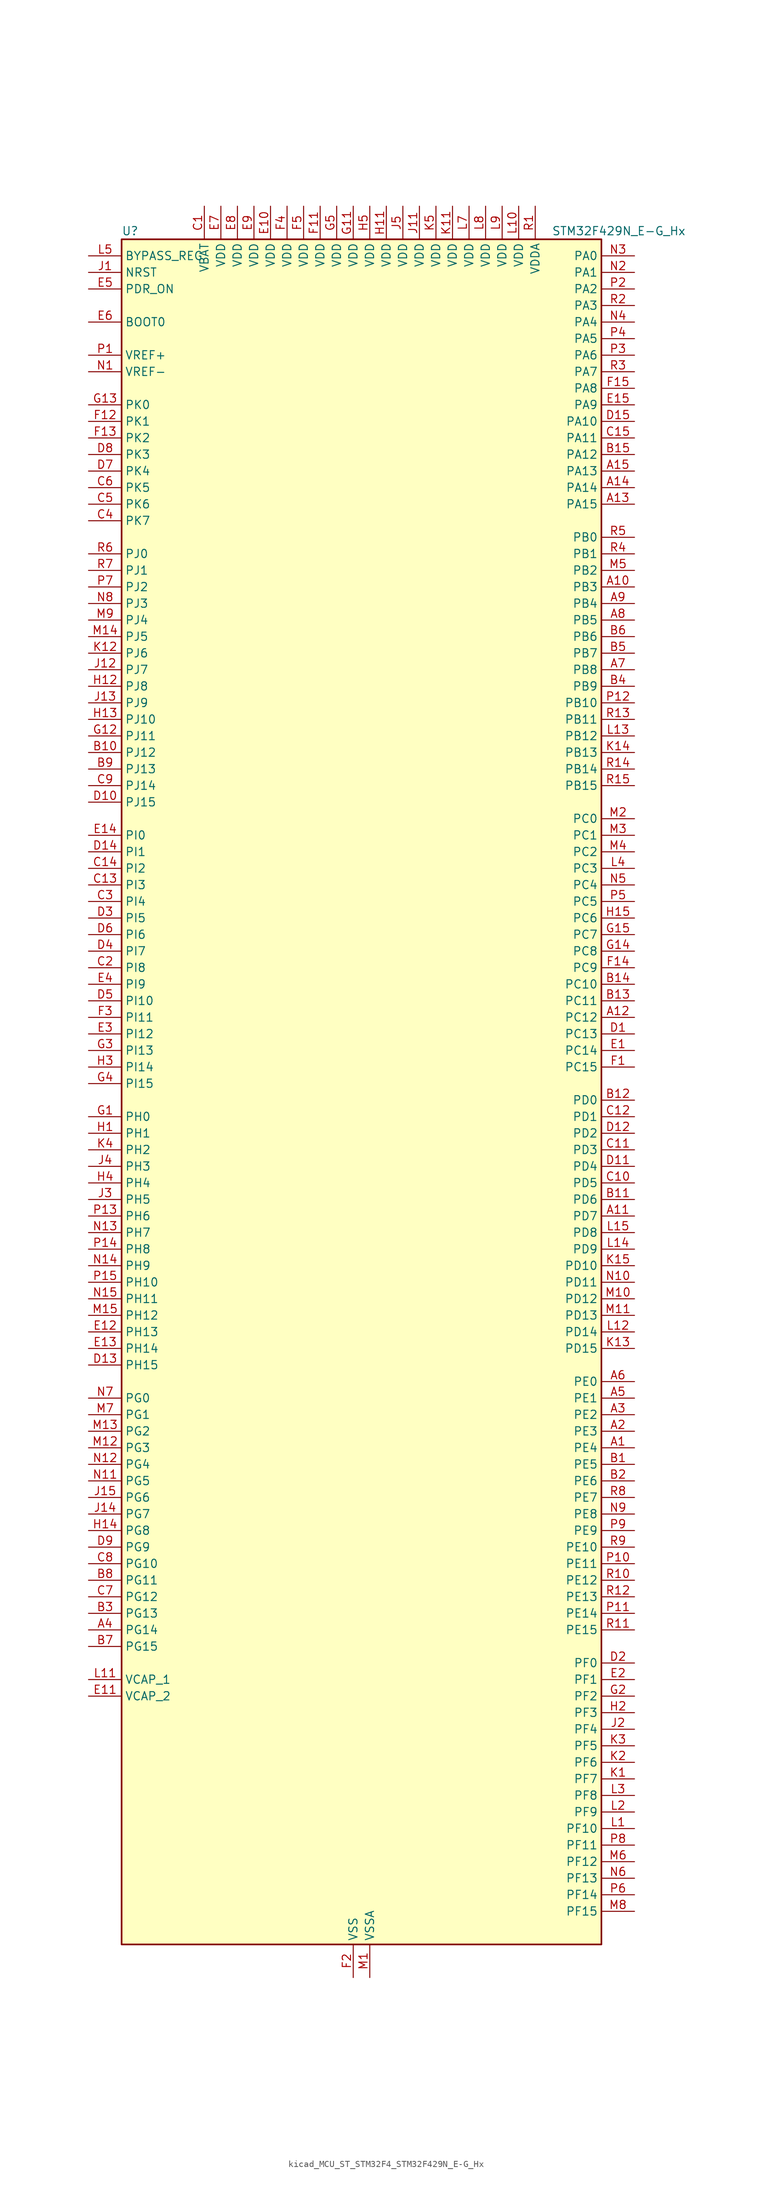
<source format=kicad_sym>
(kicad_symbol_lib
  (version 20220914)
  (generator kicad_symbol_editor)
  (symbol "kicad_MCU_ST_STM32F4_STM32F429N_E-G_Hx"
    (property "Reference" "U"
      (at -35.56 133.35 0)
      (effects (font (size 1.27 1.27)) (justify left)))
    (property "Value" "STM32F429N_E-G_Hx"
      (at 30.48 133.35 0)
      (effects (font (size 1.27 1.27)) (justify left)))
    (property "ki_locked" ""
      (at 0 0 0)
      (effects (font (size 1.27 1.27))))
    (symbol "kicad_MCU_ST_STM32F4_STM32F429N_E-G_Hx_0_1"
      (rectangle (start -35.56 -129.54) (end 38.1 132.08) (stroke (width 0.254) (type default)) (fill (type background))))
    (symbol "kicad_MCU_ST_STM32F4_STM32F429N_E-G_Hx_1_1"
      (pin bidirectional line (at 43.18 -53.34 180) (length 5.08) (name "PE4" (effects (font (size 1.27 1.27)))) (number "A1" (effects (font (size 1.27 1.27)))) (alternate "DCMI_D4" bidirectional line) (alternate "FMC_A20" bidirectional line) (alternate "LTDC_B0" bidirectional line) (alternate "SAI1_FS_A" bidirectional line) (alternate "SPI4_NSS" bidirectional line) (alternate "SYS_TRACED1" bidirectional line))
      (pin bidirectional line (at 43.18 78.74 180) (length 5.08) (name "PB3" (effects (font (size 1.27 1.27)))) (number "A10" (effects (font (size 1.27 1.27)))) (alternate "I2S3_CK" bidirectional line) (alternate "SPI1_SCK" bidirectional line) (alternate "SPI3_SCK" bidirectional line) (alternate "SYS_JTDO-SWO" bidirectional line) (alternate "TIM2_CH2" bidirectional line))
      (pin bidirectional line (at 43.18 -17.78 180) (length 5.08) (name "PD7" (effects (font (size 1.27 1.27)))) (number "A11" (effects (font (size 1.27 1.27)))) (alternate "FMC_NCE2" bidirectional line) (alternate "FMC_NE1" bidirectional line) (alternate "USART2_CK" bidirectional line))
      (pin bidirectional line (at 43.18 12.7 180) (length 5.08) (name "PC12" (effects (font (size 1.27 1.27)))) (number "A12" (effects (font (size 1.27 1.27)))) (alternate "DCMI_D9" bidirectional line) (alternate "I2S3_SD" bidirectional line) (alternate "SDIO_CK" bidirectional line) (alternate "SPI3_MOSI" bidirectional line) (alternate "UART5_TX" bidirectional line) (alternate "USART3_CK" bidirectional line))
      (pin bidirectional line (at 43.18 91.44 180) (length 5.08) (name "PA15" (effects (font (size 1.27 1.27)))) (number "A13" (effects (font (size 1.27 1.27)))) (alternate "ADC1_EXTI15" bidirectional line) (alternate "ADC2_EXTI15" bidirectional line) (alternate "ADC3_EXTI15" bidirectional line) (alternate "I2S3_WS" bidirectional line) (alternate "SPI1_NSS" bidirectional line) (alternate "SPI3_NSS" bidirectional line) (alternate "SYS_JTDI" bidirectional line) (alternate "TIM2_CH1" bidirectional line) (alternate "TIM2_ETR" bidirectional line))
      (pin bidirectional line (at 43.18 93.98 180) (length 5.08) (name "PA14" (effects (font (size 1.27 1.27)))) (number "A14" (effects (font (size 1.27 1.27)))) (alternate "SYS_JTCK-SWCLK" bidirectional line))
      (pin bidirectional line (at 43.18 96.52 180) (length 5.08) (name "PA13" (effects (font (size 1.27 1.27)))) (number "A15" (effects (font (size 1.27 1.27)))) (alternate "SYS_JTMS-SWDIO" bidirectional line))
      (pin bidirectional line (at 43.18 -50.8 180) (length 5.08) (name "PE3" (effects (font (size 1.27 1.27)))) (number "A2" (effects (font (size 1.27 1.27)))) (alternate "FMC_A19" bidirectional line) (alternate "SAI1_SD_B" bidirectional line) (alternate "SYS_TRACED0" bidirectional line))
      (pin bidirectional line (at 43.18 -48.26 180) (length 5.08) (name "PE2" (effects (font (size 1.27 1.27)))) (number "A3" (effects (font (size 1.27 1.27)))) (alternate "ETH_TXD3" bidirectional line) (alternate "FMC_A23" bidirectional line) (alternate "SAI1_MCLK_A" bidirectional line) (alternate "SPI4_SCK" bidirectional line) (alternate "SYS_TRACECLK" bidirectional line))
      (pin bidirectional line (at -40.64 -81.28 0) (length 5.08) (name "PG14" (effects (font (size 1.27 1.27)))) (number "A4" (effects (font (size 1.27 1.27)))) (alternate "ETH_TXD1" bidirectional line) (alternate "FMC_A25" bidirectional line) (alternate "SPI6_MOSI" bidirectional line) (alternate "USART6_TX" bidirectional line))
      (pin bidirectional line (at 43.18 -45.72 180) (length 5.08) (name "PE1" (effects (font (size 1.27 1.27)))) (number "A5" (effects (font (size 1.27 1.27)))) (alternate "DCMI_D3" bidirectional line) (alternate "FMC_NBL1" bidirectional line) (alternate "UART8_TX" bidirectional line))
      (pin bidirectional line (at 43.18 -43.18 180) (length 5.08) (name "PE0" (effects (font (size 1.27 1.27)))) (number "A6" (effects (font (size 1.27 1.27)))) (alternate "DCMI_D2" bidirectional line) (alternate "FMC_NBL0" bidirectional line) (alternate "TIM4_ETR" bidirectional line) (alternate "UART8_RX" bidirectional line))
      (pin bidirectional line (at 43.18 66.04 180) (length 5.08) (name "PB8" (effects (font (size 1.27 1.27)))) (number "A7" (effects (font (size 1.27 1.27)))) (alternate "CAN1_RX" bidirectional line) (alternate "DCMI_D6" bidirectional line) (alternate "ETH_TXD3" bidirectional line) (alternate "I2C1_SCL" bidirectional line) (alternate "LTDC_B6" bidirectional line) (alternate "SDIO_D4" bidirectional line) (alternate "TIM10_CH1" bidirectional line) (alternate "TIM4_CH3" bidirectional line))
      (pin bidirectional line (at 43.18 73.66 180) (length 5.08) (name "PB5" (effects (font (size 1.27 1.27)))) (number "A8" (effects (font (size 1.27 1.27)))) (alternate "CAN2_RX" bidirectional line) (alternate "DCMI_D10" bidirectional line) (alternate "ETH_PPS_OUT" bidirectional line) (alternate "FMC_SDCKE1" bidirectional line) (alternate "I2C1_SMBA" bidirectional line) (alternate "I2S3_SD" bidirectional line) (alternate "SPI1_MOSI" bidirectional line) (alternate "SPI3_MOSI" bidirectional line) (alternate "TIM3_CH2" bidirectional line) (alternate "USB_OTG_HS_ULPI_D7" bidirectional line))
      (pin bidirectional line (at 43.18 76.2 180) (length 5.08) (name "PB4" (effects (font (size 1.27 1.27)))) (number "A9" (effects (font (size 1.27 1.27)))) (alternate "I2S3_ext_SD" bidirectional line) (alternate "SPI1_MISO" bidirectional line) (alternate "SPI3_MISO" bidirectional line) (alternate "SYS_JTRST" bidirectional line) (alternate "TIM3_CH1" bidirectional line))
      (pin bidirectional line (at 43.18 -55.88 180) (length 5.08) (name "PE5" (effects (font (size 1.27 1.27)))) (number "B1" (effects (font (size 1.27 1.27)))) (alternate "DCMI_D6" bidirectional line) (alternate "FMC_A21" bidirectional line) (alternate "LTDC_G0" bidirectional line) (alternate "SAI1_SCK_A" bidirectional line) (alternate "SPI4_MISO" bidirectional line) (alternate "SYS_TRACED2" bidirectional line) (alternate "TIM9_CH1" bidirectional line))
      (pin bidirectional line (at -40.64 53.34 0) (length 5.08) (name "PJ12" (effects (font (size 1.27 1.27)))) (number "B10" (effects (font (size 1.27 1.27)))) (alternate "LTDC_B0" bidirectional line))
      (pin bidirectional line (at 43.18 -15.24 180) (length 5.08) (name "PD6" (effects (font (size 1.27 1.27)))) (number "B11" (effects (font (size 1.27 1.27)))) (alternate "DCMI_D10" bidirectional line) (alternate "FMC_NWAIT" bidirectional line) (alternate "I2S3_SD" bidirectional line) (alternate "LTDC_B2" bidirectional line) (alternate "SAI1_SD_A" bidirectional line) (alternate "SPI3_MOSI" bidirectional line) (alternate "USART2_RX" bidirectional line))
      (pin bidirectional line (at 43.18 0 180) (length 5.08) (name "PD0" (effects (font (size 1.27 1.27)))) (number "B12" (effects (font (size 1.27 1.27)))) (alternate "CAN1_RX" bidirectional line) (alternate "FMC_D2" bidirectional line) (alternate "FMC_DA2" bidirectional line))
      (pin bidirectional line (at 43.18 15.24 180) (length 5.08) (name "PC11" (effects (font (size 1.27 1.27)))) (number "B13" (effects (font (size 1.27 1.27)))) (alternate "ADC1_EXTI11" bidirectional line) (alternate "ADC2_EXTI11" bidirectional line) (alternate "ADC3_EXTI11" bidirectional line) (alternate "DCMI_D4" bidirectional line) (alternate "I2S3_ext_SD" bidirectional line) (alternate "SDIO_D3" bidirectional line) (alternate "SPI3_MISO" bidirectional line) (alternate "UART4_RX" bidirectional line) (alternate "USART3_RX" bidirectional line))
      (pin bidirectional line (at 43.18 17.78 180) (length 5.08) (name "PC10" (effects (font (size 1.27 1.27)))) (number "B14" (effects (font (size 1.27 1.27)))) (alternate "DCMI_D8" bidirectional line) (alternate "I2S3_CK" bidirectional line) (alternate "LTDC_R2" bidirectional line) (alternate "SDIO_D2" bidirectional line) (alternate "SPI3_SCK" bidirectional line) (alternate "UART4_TX" bidirectional line) (alternate "USART3_TX" bidirectional line))
      (pin bidirectional line (at 43.18 99.06 180) (length 5.08) (name "PA12" (effects (font (size 1.27 1.27)))) (number "B15" (effects (font (size 1.27 1.27)))) (alternate "CAN1_TX" bidirectional line) (alternate "LTDC_R5" bidirectional line) (alternate "TIM1_ETR" bidirectional line) (alternate "USART1_RTS" bidirectional line) (alternate "USB_OTG_FS_DP" bidirectional line))
      (pin bidirectional line (at 43.18 -58.42 180) (length 5.08) (name "PE6" (effects (font (size 1.27 1.27)))) (number "B2" (effects (font (size 1.27 1.27)))) (alternate "DCMI_D7" bidirectional line) (alternate "FMC_A22" bidirectional line) (alternate "LTDC_G1" bidirectional line) (alternate "SAI1_SD_A" bidirectional line) (alternate "SPI4_MOSI" bidirectional line) (alternate "SYS_TRACED3" bidirectional line) (alternate "TIM9_CH2" bidirectional line))
      (pin bidirectional line (at -40.64 -78.74 0) (length 5.08) (name "PG13" (effects (font (size 1.27 1.27)))) (number "B3" (effects (font (size 1.27 1.27)))) (alternate "ETH_TXD0" bidirectional line) (alternate "FMC_A24" bidirectional line) (alternate "SPI6_SCK" bidirectional line) (alternate "USART6_CTS" bidirectional line))
      (pin bidirectional line (at 43.18 63.5 180) (length 5.08) (name "PB9" (effects (font (size 1.27 1.27)))) (number "B4" (effects (font (size 1.27 1.27)))) (alternate "CAN1_TX" bidirectional line) (alternate "DAC_EXTI9" bidirectional line) (alternate "DCMI_D7" bidirectional line) (alternate "I2C1_SDA" bidirectional line) (alternate "I2S2_WS" bidirectional line) (alternate "LTDC_B7" bidirectional line) (alternate "SDIO_D5" bidirectional line) (alternate "SPI2_NSS" bidirectional line) (alternate "TIM11_CH1" bidirectional line) (alternate "TIM4_CH4" bidirectional line))
      (pin bidirectional line (at 43.18 68.58 180) (length 5.08) (name "PB7" (effects (font (size 1.27 1.27)))) (number "B5" (effects (font (size 1.27 1.27)))) (alternate "DCMI_VSYNC" bidirectional line) (alternate "FMC_NL" bidirectional line) (alternate "I2C1_SDA" bidirectional line) (alternate "TIM4_CH2" bidirectional line) (alternate "USART1_RX" bidirectional line))
      (pin bidirectional line (at 43.18 71.12 180) (length 5.08) (name "PB6" (effects (font (size 1.27 1.27)))) (number "B6" (effects (font (size 1.27 1.27)))) (alternate "CAN2_TX" bidirectional line) (alternate "DCMI_D5" bidirectional line) (alternate "FMC_SDNE1" bidirectional line) (alternate "I2C1_SCL" bidirectional line) (alternate "TIM4_CH1" bidirectional line) (alternate "USART1_TX" bidirectional line))
      (pin bidirectional line (at -40.64 -83.82 0) (length 5.08) (name "PG15" (effects (font (size 1.27 1.27)))) (number "B7" (effects (font (size 1.27 1.27)))) (alternate "ADC1_EXTI15" bidirectional line) (alternate "ADC2_EXTI15" bidirectional line) (alternate "ADC3_EXTI15" bidirectional line) (alternate "DCMI_D13" bidirectional line) (alternate "FMC_SDNCAS" bidirectional line) (alternate "USART6_CTS" bidirectional line))
      (pin bidirectional line (at -40.64 -73.66 0) (length 5.08) (name "PG11" (effects (font (size 1.27 1.27)))) (number "B8" (effects (font (size 1.27 1.27)))) (alternate "ADC1_EXTI11" bidirectional line) (alternate "ADC2_EXTI11" bidirectional line) (alternate "ADC3_EXTI11" bidirectional line) (alternate "DCMI_D3" bidirectional line) (alternate "ETH_TX_EN" bidirectional line) (alternate "FMC_NCE4_2" bidirectional line) (alternate "LTDC_B3" bidirectional line))
      (pin bidirectional line (at -40.64 50.8 0) (length 5.08) (name "PJ13" (effects (font (size 1.27 1.27)))) (number "B9" (effects (font (size 1.27 1.27)))) (alternate "LTDC_B1" bidirectional line))
      (pin power_in line (at -22.86 137.16 270) (length 5.08) (name "VBAT" (effects (font (size 1.27 1.27)))) (number "C1" (effects (font (size 1.27 1.27)))))
      (pin bidirectional line (at 43.18 -12.7 180) (length 5.08) (name "PD5" (effects (font (size 1.27 1.27)))) (number "C10" (effects (font (size 1.27 1.27)))) (alternate "FMC_NWE" bidirectional line) (alternate "USART2_TX" bidirectional line))
      (pin bidirectional line (at 43.18 -7.62 180) (length 5.08) (name "PD3" (effects (font (size 1.27 1.27)))) (number "C11" (effects (font (size 1.27 1.27)))) (alternate "DCMI_D5" bidirectional line) (alternate "FMC_CLK" bidirectional line) (alternate "I2S2_CK" bidirectional line) (alternate "LTDC_G7" bidirectional line) (alternate "SPI2_SCK" bidirectional line) (alternate "USART2_CTS" bidirectional line))
      (pin bidirectional line (at 43.18 -2.54 180) (length 5.08) (name "PD1" (effects (font (size 1.27 1.27)))) (number "C12" (effects (font (size 1.27 1.27)))) (alternate "CAN1_TX" bidirectional line) (alternate "FMC_D3" bidirectional line) (alternate "FMC_DA3" bidirectional line))
      (pin bidirectional line (at -40.64 33.02 0) (length 5.08) (name "PI3" (effects (font (size 1.27 1.27)))) (number "C13" (effects (font (size 1.27 1.27)))) (alternate "DCMI_D10" bidirectional line) (alternate "FMC_D27" bidirectional line) (alternate "I2S2_SD" bidirectional line) (alternate "SPI2_MOSI" bidirectional line) (alternate "TIM8_ETR" bidirectional line))
      (pin bidirectional line (at -40.64 35.56 0) (length 5.08) (name "PI2" (effects (font (size 1.27 1.27)))) (number "C14" (effects (font (size 1.27 1.27)))) (alternate "DCMI_D9" bidirectional line) (alternate "FMC_D26" bidirectional line) (alternate "I2S2_ext_SD" bidirectional line) (alternate "LTDC_G7" bidirectional line) (alternate "SPI2_MISO" bidirectional line) (alternate "TIM8_CH4" bidirectional line))
      (pin bidirectional line (at 43.18 101.6 180) (length 5.08) (name "PA11" (effects (font (size 1.27 1.27)))) (number "C15" (effects (font (size 1.27 1.27)))) (alternate "ADC1_EXTI11" bidirectional line) (alternate "ADC2_EXTI11" bidirectional line) (alternate "ADC3_EXTI11" bidirectional line) (alternate "CAN1_RX" bidirectional line) (alternate "LTDC_R4" bidirectional line) (alternate "TIM1_CH4" bidirectional line) (alternate "USART1_CTS" bidirectional line) (alternate "USB_OTG_FS_DM" bidirectional line))
      (pin bidirectional line (at -40.64 20.32 0) (length 5.08) (name "PI8" (effects (font (size 1.27 1.27)))) (number "C2" (effects (font (size 1.27 1.27)))) (alternate "RTC_AF2" bidirectional line))
      (pin bidirectional line (at -40.64 30.48 0) (length 5.08) (name "PI4" (effects (font (size 1.27 1.27)))) (number "C3" (effects (font (size 1.27 1.27)))) (alternate "DCMI_D5" bidirectional line) (alternate "FMC_NBL2" bidirectional line) (alternate "LTDC_B4" bidirectional line) (alternate "TIM8_BKIN" bidirectional line))
      (pin bidirectional line (at -40.64 88.9 0) (length 5.08) (name "PK7" (effects (font (size 1.27 1.27)))) (number "C4" (effects (font (size 1.27 1.27)))) (alternate "LTDC_DE" bidirectional line))
      (pin bidirectional line (at -40.64 91.44 0) (length 5.08) (name "PK6" (effects (font (size 1.27 1.27)))) (number "C5" (effects (font (size 1.27 1.27)))) (alternate "LTDC_B7" bidirectional line))
      (pin bidirectional line (at -40.64 93.98 0) (length 5.08) (name "PK5" (effects (font (size 1.27 1.27)))) (number "C6" (effects (font (size 1.27 1.27)))) (alternate "LTDC_B6" bidirectional line))
      (pin bidirectional line (at -40.64 -76.2 0) (length 5.08) (name "PG12" (effects (font (size 1.27 1.27)))) (number "C7" (effects (font (size 1.27 1.27)))) (alternate "FMC_NE4" bidirectional line) (alternate "LTDC_B1" bidirectional line) (alternate "LTDC_B4" bidirectional line) (alternate "SPI6_MISO" bidirectional line) (alternate "USART6_RTS" bidirectional line))
      (pin bidirectional line (at -40.64 -71.12 0) (length 5.08) (name "PG10" (effects (font (size 1.27 1.27)))) (number "C8" (effects (font (size 1.27 1.27)))) (alternate "DCMI_D2" bidirectional line) (alternate "FMC_NCE4_1" bidirectional line) (alternate "FMC_NE3" bidirectional line) (alternate "LTDC_B2" bidirectional line) (alternate "LTDC_G3" bidirectional line))
      (pin bidirectional line (at -40.64 48.26 0) (length 5.08) (name "PJ14" (effects (font (size 1.27 1.27)))) (number "C9" (effects (font (size 1.27 1.27)))) (alternate "LTDC_B2" bidirectional line))
      (pin bidirectional line (at 43.18 10.16 180) (length 5.08) (name "PC13" (effects (font (size 1.27 1.27)))) (number "D1" (effects (font (size 1.27 1.27)))) (alternate "RTC_AF1" bidirectional line))
      (pin bidirectional line (at -40.64 45.72 0) (length 5.08) (name "PJ15" (effects (font (size 1.27 1.27)))) (number "D10" (effects (font (size 1.27 1.27)))) (alternate "ADC1_EXTI15" bidirectional line) (alternate "ADC2_EXTI15" bidirectional line) (alternate "ADC3_EXTI15" bidirectional line) (alternate "LTDC_B3" bidirectional line))
      (pin bidirectional line (at 43.18 -10.16 180) (length 5.08) (name "PD4" (effects (font (size 1.27 1.27)))) (number "D11" (effects (font (size 1.27 1.27)))) (alternate "FMC_NOE" bidirectional line) (alternate "USART2_RTS" bidirectional line))
      (pin bidirectional line (at 43.18 -5.08 180) (length 5.08) (name "PD2" (effects (font (size 1.27 1.27)))) (number "D12" (effects (font (size 1.27 1.27)))) (alternate "DCMI_D11" bidirectional line) (alternate "SDIO_CMD" bidirectional line) (alternate "TIM3_ETR" bidirectional line) (alternate "UART5_RX" bidirectional line))
      (pin bidirectional line (at -40.64 -40.64 0) (length 5.08) (name "PH15" (effects (font (size 1.27 1.27)))) (number "D13" (effects (font (size 1.27 1.27)))) (alternate "ADC1_EXTI15" bidirectional line) (alternate "ADC2_EXTI15" bidirectional line) (alternate "ADC3_EXTI15" bidirectional line) (alternate "DCMI_D11" bidirectional line) (alternate "FMC_D23" bidirectional line) (alternate "LTDC_G4" bidirectional line) (alternate "TIM8_CH3N" bidirectional line))
      (pin bidirectional line (at -40.64 38.1 0) (length 5.08) (name "PI1" (effects (font (size 1.27 1.27)))) (number "D14" (effects (font (size 1.27 1.27)))) (alternate "DCMI_D8" bidirectional line) (alternate "FMC_D25" bidirectional line) (alternate "I2S2_CK" bidirectional line) (alternate "LTDC_G6" bidirectional line) (alternate "SPI2_SCK" bidirectional line))
      (pin bidirectional line (at 43.18 104.14 180) (length 5.08) (name "PA10" (effects (font (size 1.27 1.27)))) (number "D15" (effects (font (size 1.27 1.27)))) (alternate "DCMI_D1" bidirectional line) (alternate "TIM1_CH3" bidirectional line) (alternate "USART1_RX" bidirectional line) (alternate "USB_OTG_FS_ID" bidirectional line))
      (pin bidirectional line (at 43.18 -86.36 180) (length 5.08) (name "PF0" (effects (font (size 1.27 1.27)))) (number "D2" (effects (font (size 1.27 1.27)))) (alternate "FMC_A0" bidirectional line) (alternate "I2C2_SDA" bidirectional line))
      (pin bidirectional line (at -40.64 27.94 0) (length 5.08) (name "PI5" (effects (font (size 1.27 1.27)))) (number "D3" (effects (font (size 1.27 1.27)))) (alternate "DCMI_VSYNC" bidirectional line) (alternate "FMC_NBL3" bidirectional line) (alternate "LTDC_B5" bidirectional line) (alternate "TIM8_CH1" bidirectional line))
      (pin bidirectional line (at -40.64 22.86 0) (length 5.08) (name "PI7" (effects (font (size 1.27 1.27)))) (number "D4" (effects (font (size 1.27 1.27)))) (alternate "DCMI_D7" bidirectional line) (alternate "FMC_D29" bidirectional line) (alternate "LTDC_B7" bidirectional line) (alternate "TIM8_CH3" bidirectional line))
      (pin bidirectional line (at -40.64 15.24 0) (length 5.08) (name "PI10" (effects (font (size 1.27 1.27)))) (number "D5" (effects (font (size 1.27 1.27)))) (alternate "ETH_RX_ER" bidirectional line) (alternate "FMC_D31" bidirectional line) (alternate "LTDC_HSYNC" bidirectional line))
      (pin bidirectional line (at -40.64 25.4 0) (length 5.08) (name "PI6" (effects (font (size 1.27 1.27)))) (number "D6" (effects (font (size 1.27 1.27)))) (alternate "DCMI_D6" bidirectional line) (alternate "FMC_D28" bidirectional line) (alternate "LTDC_B6" bidirectional line) (alternate "TIM8_CH2" bidirectional line))
      (pin bidirectional line (at -40.64 96.52 0) (length 5.08) (name "PK4" (effects (font (size 1.27 1.27)))) (number "D7" (effects (font (size 1.27 1.27)))) (alternate "LTDC_B5" bidirectional line))
      (pin bidirectional line (at -40.64 99.06 0) (length 5.08) (name "PK3" (effects (font (size 1.27 1.27)))) (number "D8" (effects (font (size 1.27 1.27)))) (alternate "LTDC_B4" bidirectional line))
      (pin bidirectional line (at -40.64 -68.58 0) (length 5.08) (name "PG9" (effects (font (size 1.27 1.27)))) (number "D9" (effects (font (size 1.27 1.27)))) (alternate "DAC_EXTI9" bidirectional line) (alternate "DCMI_VSYNC" bidirectional line) (alternate "FMC_NCE3" bidirectional line) (alternate "FMC_NE2" bidirectional line) (alternate "USART6_RX" bidirectional line))
      (pin bidirectional line (at 43.18 7.62 180) (length 5.08) (name "PC14" (effects (font (size 1.27 1.27)))) (number "E1" (effects (font (size 1.27 1.27)))) (alternate "RCC_OSC32_IN" bidirectional line))
      (pin power_in line (at -12.7 137.16 270) (length 5.08) (name "VDD" (effects (font (size 1.27 1.27)))) (number "E10" (effects (font (size 1.27 1.27)))))
      (pin power_out line (at -40.64 -91.44 0) (length 5.08) (name "VCAP_2" (effects (font (size 1.27 1.27)))) (number "E11" (effects (font (size 1.27 1.27)))))
      (pin bidirectional line (at -40.64 -35.56 0) (length 5.08) (name "PH13" (effects (font (size 1.27 1.27)))) (number "E12" (effects (font (size 1.27 1.27)))) (alternate "CAN1_TX" bidirectional line) (alternate "FMC_D21" bidirectional line) (alternate "LTDC_G2" bidirectional line) (alternate "TIM8_CH1N" bidirectional line))
      (pin bidirectional line (at -40.64 -38.1 0) (length 5.08) (name "PH14" (effects (font (size 1.27 1.27)))) (number "E13" (effects (font (size 1.27 1.27)))) (alternate "DCMI_D4" bidirectional line) (alternate "FMC_D22" bidirectional line) (alternate "LTDC_G3" bidirectional line) (alternate "TIM8_CH2N" bidirectional line))
      (pin bidirectional line (at -40.64 40.64 0) (length 5.08) (name "PI0" (effects (font (size 1.27 1.27)))) (number "E14" (effects (font (size 1.27 1.27)))) (alternate "DCMI_D13" bidirectional line) (alternate "FMC_D24" bidirectional line) (alternate "I2S2_WS" bidirectional line) (alternate "LTDC_G5" bidirectional line) (alternate "SPI2_NSS" bidirectional line) (alternate "TIM5_CH4" bidirectional line))
      (pin bidirectional line (at 43.18 106.68 180) (length 5.08) (name "PA9" (effects (font (size 1.27 1.27)))) (number "E15" (effects (font (size 1.27 1.27)))) (alternate "DAC_EXTI9" bidirectional line) (alternate "DCMI_D0" bidirectional line) (alternate "I2C3_SMBA" bidirectional line) (alternate "TIM1_CH2" bidirectional line) (alternate "USART1_TX" bidirectional line) (alternate "USB_OTG_FS_VBUS" bidirectional line))
      (pin bidirectional line (at 43.18 -88.9 180) (length 5.08) (name "PF1" (effects (font (size 1.27 1.27)))) (number "E2" (effects (font (size 1.27 1.27)))) (alternate "FMC_A1" bidirectional line) (alternate "I2C2_SCL" bidirectional line))
      (pin bidirectional line (at -40.64 10.16 0) (length 5.08) (name "PI12" (effects (font (size 1.27 1.27)))) (number "E3" (effects (font (size 1.27 1.27)))) (alternate "LTDC_HSYNC" bidirectional line))
      (pin bidirectional line (at -40.64 17.78 0) (length 5.08) (name "PI9" (effects (font (size 1.27 1.27)))) (number "E4" (effects (font (size 1.27 1.27)))) (alternate "CAN1_RX" bidirectional line) (alternate "DAC_EXTI9" bidirectional line) (alternate "FMC_D30" bidirectional line) (alternate "LTDC_VSYNC" bidirectional line))
      (pin input line (at -40.64 124.46 0) (length 5.08) (name "PDR_ON" (effects (font (size 1.27 1.27)))) (number "E5" (effects (font (size 1.27 1.27)))))
      (pin input line (at -40.64 119.38 0) (length 5.08) (name "BOOT0" (effects (font (size 1.27 1.27)))) (number "E6" (effects (font (size 1.27 1.27)))))
      (pin power_in line (at -20.32 137.16 270) (length 5.08) (name "VDD" (effects (font (size 1.27 1.27)))) (number "E7" (effects (font (size 1.27 1.27)))))
      (pin power_in line (at -17.78 137.16 270) (length 5.08) (name "VDD" (effects (font (size 1.27 1.27)))) (number "E8" (effects (font (size 1.27 1.27)))))
      (pin power_in line (at -15.24 137.16 270) (length 5.08) (name "VDD" (effects (font (size 1.27 1.27)))) (number "E9" (effects (font (size 1.27 1.27)))))
      (pin bidirectional line (at 43.18 5.08 180) (length 5.08) (name "PC15" (effects (font (size 1.27 1.27)))) (number "F1" (effects (font (size 1.27 1.27)))) (alternate "ADC1_EXTI15" bidirectional line) (alternate "ADC2_EXTI15" bidirectional line) (alternate "ADC3_EXTI15" bidirectional line) (alternate "RCC_OSC32_OUT" bidirectional line))
      (pin passive line (at 0 -134.62 90) (length 5.08) hide (name "VSS" (effects (font (size 1.27 1.27)))) (number "F10" (effects (font (size 1.27 1.27)))))
      (pin power_in line (at -5.08 137.16 270) (length 5.08) (name "VDD" (effects (font (size 1.27 1.27)))) (number "F11" (effects (font (size 1.27 1.27)))))
      (pin bidirectional line (at -40.64 104.14 0) (length 5.08) (name "PK1" (effects (font (size 1.27 1.27)))) (number "F12" (effects (font (size 1.27 1.27)))) (alternate "LTDC_G6" bidirectional line))
      (pin bidirectional line (at -40.64 101.6 0) (length 5.08) (name "PK2" (effects (font (size 1.27 1.27)))) (number "F13" (effects (font (size 1.27 1.27)))) (alternate "LTDC_G7" bidirectional line))
      (pin bidirectional line (at 43.18 20.32 180) (length 5.08) (name "PC9" (effects (font (size 1.27 1.27)))) (number "F14" (effects (font (size 1.27 1.27)))) (alternate "DAC_EXTI9" bidirectional line) (alternate "DCMI_D3" bidirectional line) (alternate "I2C3_SDA" bidirectional line) (alternate "I2S_CKIN" bidirectional line) (alternate "RCC_MCO_2" bidirectional line) (alternate "SDIO_D1" bidirectional line) (alternate "TIM3_CH4" bidirectional line) (alternate "TIM8_CH4" bidirectional line))
      (pin bidirectional line (at 43.18 109.22 180) (length 5.08) (name "PA8" (effects (font (size 1.27 1.27)))) (number "F15" (effects (font (size 1.27 1.27)))) (alternate "I2C3_SCL" bidirectional line) (alternate "LTDC_R6" bidirectional line) (alternate "RCC_MCO_1" bidirectional line) (alternate "TIM1_CH1" bidirectional line) (alternate "USART1_CK" bidirectional line) (alternate "USB_OTG_FS_SOF" bidirectional line))
      (pin power_in line (at 0 -134.62 90) (length 5.08) (name "VSS" (effects (font (size 1.27 1.27)))) (number "F2" (effects (font (size 1.27 1.27)))))
      (pin bidirectional line (at -40.64 12.7 0) (length 5.08) (name "PI11" (effects (font (size 1.27 1.27)))) (number "F3" (effects (font (size 1.27 1.27)))) (alternate "ADC1_EXTI11" bidirectional line) (alternate "ADC2_EXTI11" bidirectional line) (alternate "ADC3_EXTI11" bidirectional line) (alternate "USB_OTG_HS_ULPI_DIR" bidirectional line))
      (pin power_in line (at -10.16 137.16 270) (length 5.08) (name "VDD" (effects (font (size 1.27 1.27)))) (number "F4" (effects (font (size 1.27 1.27)))))
      (pin power_in line (at -7.62 137.16 270) (length 5.08) (name "VDD" (effects (font (size 1.27 1.27)))) (number "F5" (effects (font (size 1.27 1.27)))))
      (pin passive line (at 0 -134.62 90) (length 5.08) hide (name "VSS" (effects (font (size 1.27 1.27)))) (number "F6" (effects (font (size 1.27 1.27)))))
      (pin passive line (at 0 -134.62 90) (length 5.08) hide (name "VSS" (effects (font (size 1.27 1.27)))) (number "F7" (effects (font (size 1.27 1.27)))))
      (pin passive line (at 0 -134.62 90) (length 5.08) hide (name "VSS" (effects (font (size 1.27 1.27)))) (number "F8" (effects (font (size 1.27 1.27)))))
      (pin passive line (at 0 -134.62 90) (length 5.08) hide (name "VSS" (effects (font (size 1.27 1.27)))) (number "F9" (effects (font (size 1.27 1.27)))))
      (pin bidirectional line (at -40.64 -2.54 0) (length 5.08) (name "PH0" (effects (font (size 1.27 1.27)))) (number "G1" (effects (font (size 1.27 1.27)))) (alternate "RCC_OSC_IN" bidirectional line))
      (pin passive line (at 0 -134.62 90) (length 5.08) hide (name "VSS" (effects (font (size 1.27 1.27)))) (number "G10" (effects (font (size 1.27 1.27)))))
      (pin power_in line (at 0 137.16 270) (length 5.08) (name "VDD" (effects (font (size 1.27 1.27)))) (number "G11" (effects (font (size 1.27 1.27)))))
      (pin bidirectional line (at -40.64 55.88 0) (length 5.08) (name "PJ11" (effects (font (size 1.27 1.27)))) (number "G12" (effects (font (size 1.27 1.27)))) (alternate "ADC1_EXTI11" bidirectional line) (alternate "ADC2_EXTI11" bidirectional line) (alternate "ADC3_EXTI11" bidirectional line) (alternate "LTDC_G4" bidirectional line))
      (pin bidirectional line (at -40.64 106.68 0) (length 5.08) (name "PK0" (effects (font (size 1.27 1.27)))) (number "G13" (effects (font (size 1.27 1.27)))) (alternate "LTDC_G5" bidirectional line))
      (pin bidirectional line (at 43.18 22.86 180) (length 5.08) (name "PC8" (effects (font (size 1.27 1.27)))) (number "G14" (effects (font (size 1.27 1.27)))) (alternate "DCMI_D2" bidirectional line) (alternate "SDIO_D0" bidirectional line) (alternate "TIM3_CH3" bidirectional line) (alternate "TIM8_CH3" bidirectional line) (alternate "USART6_CK" bidirectional line))
      (pin bidirectional line (at 43.18 25.4 180) (length 5.08) (name "PC7" (effects (font (size 1.27 1.27)))) (number "G15" (effects (font (size 1.27 1.27)))) (alternate "DCMI_D1" bidirectional line) (alternate "I2S3_MCK" bidirectional line) (alternate "LTDC_G6" bidirectional line) (alternate "SDIO_D7" bidirectional line) (alternate "TIM3_CH2" bidirectional line) (alternate "TIM8_CH2" bidirectional line) (alternate "USART6_RX" bidirectional line))
      (pin bidirectional line (at 43.18 -91.44 180) (length 5.08) (name "PF2" (effects (font (size 1.27 1.27)))) (number "G2" (effects (font (size 1.27 1.27)))) (alternate "FMC_A2" bidirectional line) (alternate "I2C2_SMBA" bidirectional line))
      (pin bidirectional line (at -40.64 7.62 0) (length 5.08) (name "PI13" (effects (font (size 1.27 1.27)))) (number "G3" (effects (font (size 1.27 1.27)))) (alternate "LTDC_VSYNC" bidirectional line))
      (pin bidirectional line (at -40.64 2.54 0) (length 5.08) (name "PI15" (effects (font (size 1.27 1.27)))) (number "G4" (effects (font (size 1.27 1.27)))) (alternate "ADC1_EXTI15" bidirectional line) (alternate "ADC2_EXTI15" bidirectional line) (alternate "ADC3_EXTI15" bidirectional line) (alternate "LTDC_R0" bidirectional line))
      (pin power_in line (at -2.54 137.16 270) (length 5.08) (name "VDD" (effects (font (size 1.27 1.27)))) (number "G5" (effects (font (size 1.27 1.27)))))
      (pin passive line (at 0 -134.62 90) (length 5.08) hide (name "VSS" (effects (font (size 1.27 1.27)))) (number "G6" (effects (font (size 1.27 1.27)))))
      (pin bidirectional line (at -40.64 -5.08 0) (length 5.08) (name "PH1" (effects (font (size 1.27 1.27)))) (number "H1" (effects (font (size 1.27 1.27)))) (alternate "RCC_OSC_OUT" bidirectional line))
      (pin passive line (at 0 -134.62 90) (length 5.08) hide (name "VSS" (effects (font (size 1.27 1.27)))) (number "H10" (effects (font (size 1.27 1.27)))))
      (pin power_in line (at 5.08 137.16 270) (length 5.08) (name "VDD" (effects (font (size 1.27 1.27)))) (number "H11" (effects (font (size 1.27 1.27)))))
      (pin bidirectional line (at -40.64 63.5 0) (length 5.08) (name "PJ8" (effects (font (size 1.27 1.27)))) (number "H12" (effects (font (size 1.27 1.27)))) (alternate "LTDC_G1" bidirectional line))
      (pin bidirectional line (at -40.64 58.42 0) (length 5.08) (name "PJ10" (effects (font (size 1.27 1.27)))) (number "H13" (effects (font (size 1.27 1.27)))) (alternate "LTDC_G3" bidirectional line))
      (pin bidirectional line (at -40.64 -66.04 0) (length 5.08) (name "PG8" (effects (font (size 1.27 1.27)))) (number "H14" (effects (font (size 1.27 1.27)))) (alternate "ETH_PPS_OUT" bidirectional line) (alternate "FMC_SDCLK" bidirectional line) (alternate "SPI6_NSS" bidirectional line) (alternate "USART6_RTS" bidirectional line))
      (pin bidirectional line (at 43.18 27.94 180) (length 5.08) (name "PC6" (effects (font (size 1.27 1.27)))) (number "H15" (effects (font (size 1.27 1.27)))) (alternate "DCMI_D0" bidirectional line) (alternate "I2S2_MCK" bidirectional line) (alternate "LTDC_HSYNC" bidirectional line) (alternate "SDIO_D6" bidirectional line) (alternate "TIM3_CH1" bidirectional line) (alternate "TIM8_CH1" bidirectional line) (alternate "USART6_TX" bidirectional line))
      (pin bidirectional line (at 43.18 -93.98 180) (length 5.08) (name "PF3" (effects (font (size 1.27 1.27)))) (number "H2" (effects (font (size 1.27 1.27)))) (alternate "ADC3_IN9" bidirectional line) (alternate "FMC_A3" bidirectional line))
      (pin bidirectional line (at -40.64 5.08 0) (length 5.08) (name "PI14" (effects (font (size 1.27 1.27)))) (number "H3" (effects (font (size 1.27 1.27)))) (alternate "LTDC_CLK" bidirectional line))
      (pin bidirectional line (at -40.64 -12.7 0) (length 5.08) (name "PH4" (effects (font (size 1.27 1.27)))) (number "H4" (effects (font (size 1.27 1.27)))) (alternate "I2C2_SCL" bidirectional line) (alternate "USB_OTG_HS_ULPI_NXT" bidirectional line))
      (pin power_in line (at 2.54 137.16 270) (length 5.08) (name "VDD" (effects (font (size 1.27 1.27)))) (number "H5" (effects (font (size 1.27 1.27)))))
      (pin passive line (at 0 -134.62 90) (length 5.08) hide (name "VSS" (effects (font (size 1.27 1.27)))) (number "H6" (effects (font (size 1.27 1.27)))))
      (pin input line (at -40.64 127 0) (length 5.08) (name "NRST" (effects (font (size 1.27 1.27)))) (number "J1" (effects (font (size 1.27 1.27)))))
      (pin passive line (at 0 -134.62 90) (length 5.08) hide (name "VSS" (effects (font (size 1.27 1.27)))) (number "J10" (effects (font (size 1.27 1.27)))))
      (pin power_in line (at 10.16 137.16 270) (length 5.08) (name "VDD" (effects (font (size 1.27 1.27)))) (number "J11" (effects (font (size 1.27 1.27)))))
      (pin bidirectional line (at -40.64 66.04 0) (length 5.08) (name "PJ7" (effects (font (size 1.27 1.27)))) (number "J12" (effects (font (size 1.27 1.27)))) (alternate "LTDC_G0" bidirectional line))
      (pin bidirectional line (at -40.64 60.96 0) (length 5.08) (name "PJ9" (effects (font (size 1.27 1.27)))) (number "J13" (effects (font (size 1.27 1.27)))) (alternate "DAC_EXTI9" bidirectional line) (alternate "LTDC_G2" bidirectional line))
      (pin bidirectional line (at -40.64 -63.5 0) (length 5.08) (name "PG7" (effects (font (size 1.27 1.27)))) (number "J14" (effects (font (size 1.27 1.27)))) (alternate "DCMI_D13" bidirectional line) (alternate "FMC_INT3" bidirectional line) (alternate "LTDC_CLK" bidirectional line) (alternate "USART6_CK" bidirectional line))
      (pin bidirectional line (at -40.64 -60.96 0) (length 5.08) (name "PG6" (effects (font (size 1.27 1.27)))) (number "J15" (effects (font (size 1.27 1.27)))) (alternate "DCMI_D12" bidirectional line) (alternate "FMC_INT2" bidirectional line) (alternate "LTDC_R7" bidirectional line))
      (pin bidirectional line (at 43.18 -96.52 180) (length 5.08) (name "PF4" (effects (font (size 1.27 1.27)))) (number "J2" (effects (font (size 1.27 1.27)))) (alternate "ADC3_IN14" bidirectional line) (alternate "FMC_A4" bidirectional line))
      (pin bidirectional line (at -40.64 -15.24 0) (length 5.08) (name "PH5" (effects (font (size 1.27 1.27)))) (number "J3" (effects (font (size 1.27 1.27)))) (alternate "FMC_SDNWE" bidirectional line) (alternate "I2C2_SDA" bidirectional line) (alternate "SPI5_NSS" bidirectional line))
      (pin bidirectional line (at -40.64 -10.16 0) (length 5.08) (name "PH3" (effects (font (size 1.27 1.27)))) (number "J4" (effects (font (size 1.27 1.27)))) (alternate "ETH_COL" bidirectional line) (alternate "FMC_SDNE0" bidirectional line) (alternate "LTDC_R1" bidirectional line))
      (pin power_in line (at 7.62 137.16 270) (length 5.08) (name "VDD" (effects (font (size 1.27 1.27)))) (number "J5" (effects (font (size 1.27 1.27)))))
      (pin passive line (at 0 -134.62 90) (length 5.08) hide (name "VSS" (effects (font (size 1.27 1.27)))) (number "J6" (effects (font (size 1.27 1.27)))))
      (pin bidirectional line (at 43.18 -104.14 180) (length 5.08) (name "PF7" (effects (font (size 1.27 1.27)))) (number "K1" (effects (font (size 1.27 1.27)))) (alternate "ADC3_IN5" bidirectional line) (alternate "FMC_NREG" bidirectional line) (alternate "SAI1_MCLK_B" bidirectional line) (alternate "SPI5_SCK" bidirectional line) (alternate "TIM11_CH1" bidirectional line) (alternate "UART7_TX" bidirectional line))
      (pin passive line (at 0 -134.62 90) (length 5.08) hide (name "VSS" (effects (font (size 1.27 1.27)))) (number "K10" (effects (font (size 1.27 1.27)))))
      (pin power_in line (at 15.24 137.16 270) (length 5.08) (name "VDD" (effects (font (size 1.27 1.27)))) (number "K11" (effects (font (size 1.27 1.27)))))
      (pin bidirectional line (at -40.64 68.58 0) (length 5.08) (name "PJ6" (effects (font (size 1.27 1.27)))) (number "K12" (effects (font (size 1.27 1.27)))) (alternate "LTDC_R7" bidirectional line))
      (pin bidirectional line (at 43.18 -38.1 180) (length 5.08) (name "PD15" (effects (font (size 1.27 1.27)))) (number "K13" (effects (font (size 1.27 1.27)))) (alternate "ADC1_EXTI15" bidirectional line) (alternate "ADC2_EXTI15" bidirectional line) (alternate "ADC3_EXTI15" bidirectional line) (alternate "FMC_D1" bidirectional line) (alternate "FMC_DA1" bidirectional line) (alternate "TIM4_CH4" bidirectional line))
      (pin bidirectional line (at 43.18 53.34 180) (length 5.08) (name "PB13" (effects (font (size 1.27 1.27)))) (number "K14" (effects (font (size 1.27 1.27)))) (alternate "CAN2_TX" bidirectional line) (alternate "ETH_TXD1" bidirectional line) (alternate "I2S2_CK" bidirectional line) (alternate "SPI2_SCK" bidirectional line) (alternate "TIM1_CH1N" bidirectional line) (alternate "USART3_CTS" bidirectional line) (alternate "USB_OTG_HS_ULPI_D6" bidirectional line) (alternate "USB_OTG_HS_VBUS" bidirectional line))
      (pin bidirectional line (at 43.18 -25.4 180) (length 5.08) (name "PD10" (effects (font (size 1.27 1.27)))) (number "K15" (effects (font (size 1.27 1.27)))) (alternate "FMC_D15" bidirectional line) (alternate "FMC_DA15" bidirectional line) (alternate "LTDC_B3" bidirectional line) (alternate "USART3_CK" bidirectional line))
      (pin bidirectional line (at 43.18 -101.6 180) (length 5.08) (name "PF6" (effects (font (size 1.27 1.27)))) (number "K2" (effects (font (size 1.27 1.27)))) (alternate "ADC3_IN4" bidirectional line) (alternate "FMC_NIORD" bidirectional line) (alternate "SAI1_SD_B" bidirectional line) (alternate "SPI5_NSS" bidirectional line) (alternate "TIM10_CH1" bidirectional line) (alternate "UART7_RX" bidirectional line))
      (pin bidirectional line (at 43.18 -99.06 180) (length 5.08) (name "PF5" (effects (font (size 1.27 1.27)))) (number "K3" (effects (font (size 1.27 1.27)))) (alternate "ADC3_IN15" bidirectional line) (alternate "FMC_A5" bidirectional line))
      (pin bidirectional line (at -40.64 -7.62 0) (length 5.08) (name "PH2" (effects (font (size 1.27 1.27)))) (number "K4" (effects (font (size 1.27 1.27)))) (alternate "ETH_CRS" bidirectional line) (alternate "FMC_SDCKE0" bidirectional line) (alternate "LTDC_R0" bidirectional line))
      (pin power_in line (at 12.7 137.16 270) (length 5.08) (name "VDD" (effects (font (size 1.27 1.27)))) (number "K5" (effects (font (size 1.27 1.27)))))
      (pin passive line (at 0 -134.62 90) (length 5.08) hide (name "VSS" (effects (font (size 1.27 1.27)))) (number "K6" (effects (font (size 1.27 1.27)))))
      (pin passive line (at 0 -134.62 90) (length 5.08) hide (name "VSS" (effects (font (size 1.27 1.27)))) (number "K7" (effects (font (size 1.27 1.27)))))
      (pin passive line (at 0 -134.62 90) (length 5.08) hide (name "VSS" (effects (font (size 1.27 1.27)))) (number "K8" (effects (font (size 1.27 1.27)))))
      (pin passive line (at 0 -134.62 90) (length 5.08) hide (name "VSS" (effects (font (size 1.27 1.27)))) (number "K9" (effects (font (size 1.27 1.27)))))
      (pin bidirectional line (at 43.18 -111.76 180) (length 5.08) (name "PF10" (effects (font (size 1.27 1.27)))) (number "L1" (effects (font (size 1.27 1.27)))) (alternate "ADC3_IN8" bidirectional line) (alternate "DCMI_D11" bidirectional line) (alternate "FMC_INTR" bidirectional line) (alternate "LTDC_DE" bidirectional line))
      (pin power_in line (at 25.4 137.16 270) (length 5.08) (name "VDD" (effects (font (size 1.27 1.27)))) (number "L10" (effects (font (size 1.27 1.27)))))
      (pin power_out line (at -40.64 -88.9 0) (length 5.08) (name "VCAP_1" (effects (font (size 1.27 1.27)))) (number "L11" (effects (font (size 1.27 1.27)))))
      (pin bidirectional line (at 43.18 -35.56 180) (length 5.08) (name "PD14" (effects (font (size 1.27 1.27)))) (number "L12" (effects (font (size 1.27 1.27)))) (alternate "FMC_D0" bidirectional line) (alternate "FMC_DA0" bidirectional line) (alternate "TIM4_CH3" bidirectional line))
      (pin bidirectional line (at 43.18 55.88 180) (length 5.08) (name "PB12" (effects (font (size 1.27 1.27)))) (number "L13" (effects (font (size 1.27 1.27)))) (alternate "CAN2_RX" bidirectional line) (alternate "ETH_TXD0" bidirectional line) (alternate "I2C2_SMBA" bidirectional line) (alternate "I2S2_WS" bidirectional line) (alternate "SPI2_NSS" bidirectional line) (alternate "TIM1_BKIN" bidirectional line) (alternate "USART3_CK" bidirectional line) (alternate "USB_OTG_HS_ID" bidirectional line) (alternate "USB_OTG_HS_ULPI_D5" bidirectional line))
      (pin bidirectional line (at 43.18 -22.86 180) (length 5.08) (name "PD9" (effects (font (size 1.27 1.27)))) (number "L14" (effects (font (size 1.27 1.27)))) (alternate "DAC_EXTI9" bidirectional line) (alternate "FMC_D14" bidirectional line) (alternate "FMC_DA14" bidirectional line) (alternate "USART3_RX" bidirectional line))
      (pin bidirectional line (at 43.18 -20.32 180) (length 5.08) (name "PD8" (effects (font (size 1.27 1.27)))) (number "L15" (effects (font (size 1.27 1.27)))) (alternate "FMC_D13" bidirectional line) (alternate "FMC_DA13" bidirectional line) (alternate "USART3_TX" bidirectional line))
      (pin bidirectional line (at 43.18 -109.22 180) (length 5.08) (name "PF9" (effects (font (size 1.27 1.27)))) (number "L2" (effects (font (size 1.27 1.27)))) (alternate "ADC3_IN7" bidirectional line) (alternate "DAC_EXTI9" bidirectional line) (alternate "FMC_CD" bidirectional line) (alternate "SAI1_FS_B" bidirectional line) (alternate "SPI5_MOSI" bidirectional line) (alternate "TIM14_CH1" bidirectional line))
      (pin bidirectional line (at 43.18 -106.68 180) (length 5.08) (name "PF8" (effects (font (size 1.27 1.27)))) (number "L3" (effects (font (size 1.27 1.27)))) (alternate "ADC3_IN6" bidirectional line) (alternate "FMC_NIOWR" bidirectional line) (alternate "SAI1_SCK_B" bidirectional line) (alternate "SPI5_MISO" bidirectional line) (alternate "TIM13_CH1" bidirectional line))
      (pin bidirectional line (at 43.18 35.56 180) (length 5.08) (name "PC3" (effects (font (size 1.27 1.27)))) (number "L4" (effects (font (size 1.27 1.27)))) (alternate "ADC1_IN13" bidirectional line) (alternate "ADC2_IN13" bidirectional line) (alternate "ADC3_IN13" bidirectional line) (alternate "ETH_TX_CLK" bidirectional line) (alternate "FMC_SDCKE0" bidirectional line) (alternate "I2S2_SD" bidirectional line) (alternate "SPI2_MOSI" bidirectional line) (alternate "USB_OTG_HS_ULPI_NXT" bidirectional line))
      (pin input line (at -40.64 129.54 0) (length 5.08) (name "BYPASS_REG" (effects (font (size 1.27 1.27)))) (number "L5" (effects (font (size 1.27 1.27)))))
      (pin passive line (at 0 -134.62 90) (length 5.08) hide (name "VSS" (effects (font (size 1.27 1.27)))) (number "L6" (effects (font (size 1.27 1.27)))))
      (pin power_in line (at 17.78 137.16 270) (length 5.08) (name "VDD" (effects (font (size 1.27 1.27)))) (number "L7" (effects (font (size 1.27 1.27)))))
      (pin power_in line (at 20.32 137.16 270) (length 5.08) (name "VDD" (effects (font (size 1.27 1.27)))) (number "L8" (effects (font (size 1.27 1.27)))))
      (pin power_in line (at 22.86 137.16 270) (length 5.08) (name "VDD" (effects (font (size 1.27 1.27)))) (number "L9" (effects (font (size 1.27 1.27)))))
      (pin power_in line (at 2.54 -134.62 90) (length 5.08) (name "VSSA" (effects (font (size 1.27 1.27)))) (number "M1" (effects (font (size 1.27 1.27)))))
      (pin bidirectional line (at 43.18 -30.48 180) (length 5.08) (name "PD12" (effects (font (size 1.27 1.27)))) (number "M10" (effects (font (size 1.27 1.27)))) (alternate "FMC_A17" bidirectional line) (alternate "FMC_ALE" bidirectional line) (alternate "TIM4_CH1" bidirectional line) (alternate "USART3_RTS" bidirectional line))
      (pin bidirectional line (at 43.18 -33.02 180) (length 5.08) (name "PD13" (effects (font (size 1.27 1.27)))) (number "M11" (effects (font (size 1.27 1.27)))) (alternate "FMC_A18" bidirectional line) (alternate "TIM4_CH2" bidirectional line))
      (pin bidirectional line (at -40.64 -53.34 0) (length 5.08) (name "PG3" (effects (font (size 1.27 1.27)))) (number "M12" (effects (font (size 1.27 1.27)))) (alternate "FMC_A13" bidirectional line))
      (pin bidirectional line (at -40.64 -50.8 0) (length 5.08) (name "PG2" (effects (font (size 1.27 1.27)))) (number "M13" (effects (font (size 1.27 1.27)))) (alternate "FMC_A12" bidirectional line))
      (pin bidirectional line (at -40.64 71.12 0) (length 5.08) (name "PJ5" (effects (font (size 1.27 1.27)))) (number "M14" (effects (font (size 1.27 1.27)))) (alternate "LTDC_R6" bidirectional line))
      (pin bidirectional line (at -40.64 -33.02 0) (length 5.08) (name "PH12" (effects (font (size 1.27 1.27)))) (number "M15" (effects (font (size 1.27 1.27)))) (alternate "DCMI_D3" bidirectional line) (alternate "FMC_D20" bidirectional line) (alternate "LTDC_R6" bidirectional line) (alternate "TIM5_CH3" bidirectional line))
      (pin bidirectional line (at 43.18 43.18 180) (length 5.08) (name "PC0" (effects (font (size 1.27 1.27)))) (number "M2" (effects (font (size 1.27 1.27)))) (alternate "ADC1_IN10" bidirectional line) (alternate "ADC2_IN10" bidirectional line) (alternate "ADC3_IN10" bidirectional line) (alternate "FMC_SDNWE" bidirectional line) (alternate "USB_OTG_HS_ULPI_STP" bidirectional line))
      (pin bidirectional line (at 43.18 40.64 180) (length 5.08) (name "PC1" (effects (font (size 1.27 1.27)))) (number "M3" (effects (font (size 1.27 1.27)))) (alternate "ADC1_IN11" bidirectional line) (alternate "ADC2_IN11" bidirectional line) (alternate "ADC3_IN11" bidirectional line) (alternate "ETH_MDC" bidirectional line))
      (pin bidirectional line (at 43.18 38.1 180) (length 5.08) (name "PC2" (effects (font (size 1.27 1.27)))) (number "M4" (effects (font (size 1.27 1.27)))) (alternate "ADC1_IN12" bidirectional line) (alternate "ADC2_IN12" bidirectional line) (alternate "ADC3_IN12" bidirectional line) (alternate "ETH_TXD2" bidirectional line) (alternate "FMC_SDNE0" bidirectional line) (alternate "I2S2_ext_SD" bidirectional line) (alternate "SPI2_MISO" bidirectional line) (alternate "USB_OTG_HS_ULPI_DIR" bidirectional line))
      (pin bidirectional line (at 43.18 81.28 180) (length 5.08) (name "PB2" (effects (font (size 1.27 1.27)))) (number "M5" (effects (font (size 1.27 1.27)))))
      (pin bidirectional line (at 43.18 -116.84 180) (length 5.08) (name "PF12" (effects (font (size 1.27 1.27)))) (number "M6" (effects (font (size 1.27 1.27)))) (alternate "FMC_A6" bidirectional line))
      (pin bidirectional line (at -40.64 -48.26 0) (length 5.08) (name "PG1" (effects (font (size 1.27 1.27)))) (number "M7" (effects (font (size 1.27 1.27)))) (alternate "FMC_A11" bidirectional line))
      (pin bidirectional line (at 43.18 -124.46 180) (length 5.08) (name "PF15" (effects (font (size 1.27 1.27)))) (number "M8" (effects (font (size 1.27 1.27)))) (alternate "ADC1_EXTI15" bidirectional line) (alternate "ADC2_EXTI15" bidirectional line) (alternate "ADC3_EXTI15" bidirectional line) (alternate "FMC_A9" bidirectional line))
      (pin bidirectional line (at -40.64 73.66 0) (length 5.08) (name "PJ4" (effects (font (size 1.27 1.27)))) (number "M9" (effects (font (size 1.27 1.27)))) (alternate "LTDC_R5" bidirectional line))
      (pin input line (at -40.64 111.76 0) (length 5.08) (name "VREF-" (effects (font (size 1.27 1.27)))) (number "N1" (effects (font (size 1.27 1.27)))))
      (pin bidirectional line (at 43.18 -27.94 180) (length 5.08) (name "PD11" (effects (font (size 1.27 1.27)))) (number "N10" (effects (font (size 1.27 1.27)))) (alternate "ADC1_EXTI11" bidirectional line) (alternate "ADC2_EXTI11" bidirectional line) (alternate "ADC3_EXTI11" bidirectional line) (alternate "FMC_A16" bidirectional line) (alternate "FMC_CLE" bidirectional line) (alternate "USART3_CTS" bidirectional line))
      (pin bidirectional line (at -40.64 -58.42 0) (length 5.08) (name "PG5" (effects (font (size 1.27 1.27)))) (number "N11" (effects (font (size 1.27 1.27)))) (alternate "FMC_A15" bidirectional line) (alternate "FMC_BA1" bidirectional line))
      (pin bidirectional line (at -40.64 -55.88 0) (length 5.08) (name "PG4" (effects (font (size 1.27 1.27)))) (number "N12" (effects (font (size 1.27 1.27)))) (alternate "FMC_A14" bidirectional line) (alternate "FMC_BA0" bidirectional line))
      (pin bidirectional line (at -40.64 -20.32 0) (length 5.08) (name "PH7" (effects (font (size 1.27 1.27)))) (number "N13" (effects (font (size 1.27 1.27)))) (alternate "DCMI_D9" bidirectional line) (alternate "ETH_RXD3" bidirectional line) (alternate "FMC_SDCKE1" bidirectional line) (alternate "I2C3_SCL" bidirectional line) (alternate "SPI5_MISO" bidirectional line))
      (pin bidirectional line (at -40.64 -25.4 0) (length 5.08) (name "PH9" (effects (font (size 1.27 1.27)))) (number "N14" (effects (font (size 1.27 1.27)))) (alternate "DAC_EXTI9" bidirectional line) (alternate "DCMI_D0" bidirectional line) (alternate "FMC_D17" bidirectional line) (alternate "I2C3_SMBA" bidirectional line) (alternate "LTDC_R3" bidirectional line) (alternate "TIM12_CH2" bidirectional line))
      (pin bidirectional line (at -40.64 -30.48 0) (length 5.08) (name "PH11" (effects (font (size 1.27 1.27)))) (number "N15" (effects (font (size 1.27 1.27)))) (alternate "ADC1_EXTI11" bidirectional line) (alternate "ADC2_EXTI11" bidirectional line) (alternate "ADC3_EXTI11" bidirectional line) (alternate "DCMI_D2" bidirectional line) (alternate "FMC_D19" bidirectional line) (alternate "LTDC_R5" bidirectional line) (alternate "TIM5_CH2" bidirectional line))
      (pin bidirectional line (at 43.18 127 180) (length 5.08) (name "PA1" (effects (font (size 1.27 1.27)))) (number "N2" (effects (font (size 1.27 1.27)))) (alternate "ADC1_IN1" bidirectional line) (alternate "ADC2_IN1" bidirectional line) (alternate "ADC3_IN1" bidirectional line) (alternate "ETH_REF_CLK" bidirectional line) (alternate "ETH_RX_CLK" bidirectional line) (alternate "TIM2_CH2" bidirectional line) (alternate "TIM5_CH2" bidirectional line) (alternate "UART4_RX" bidirectional line) (alternate "USART2_RTS" bidirectional line))
      (pin bidirectional line (at 43.18 129.54 180) (length 5.08) (name "PA0" (effects (font (size 1.27 1.27)))) (number "N3" (effects (font (size 1.27 1.27)))) (alternate "ADC1_IN0" bidirectional line) (alternate "ADC2_IN0" bidirectional line) (alternate "ADC3_IN0" bidirectional line) (alternate "ETH_CRS" bidirectional line) (alternate "SYS_WKUP" bidirectional line) (alternate "TIM2_CH1" bidirectional line) (alternate "TIM2_ETR" bidirectional line) (alternate "TIM5_CH1" bidirectional line) (alternate "TIM8_ETR" bidirectional line) (alternate "UART4_TX" bidirectional line) (alternate "USART2_CTS" bidirectional line))
      (pin bidirectional line (at 43.18 119.38 180) (length 5.08) (name "PA4" (effects (font (size 1.27 1.27)))) (number "N4" (effects (font (size 1.27 1.27)))) (alternate "ADC1_IN4" bidirectional line) (alternate "ADC2_IN4" bidirectional line) (alternate "DAC_OUT1" bidirectional line) (alternate "DCMI_HSYNC" bidirectional line) (alternate "I2S3_WS" bidirectional line) (alternate "LTDC_VSYNC" bidirectional line) (alternate "SPI1_NSS" bidirectional line) (alternate "SPI3_NSS" bidirectional line) (alternate "USART2_CK" bidirectional line) (alternate "USB_OTG_HS_SOF" bidirectional line))
      (pin bidirectional line (at 43.18 33.02 180) (length 5.08) (name "PC4" (effects (font (size 1.27 1.27)))) (number "N5" (effects (font (size 1.27 1.27)))) (alternate "ADC1_IN14" bidirectional line) (alternate "ADC2_IN14" bidirectional line) (alternate "ETH_RXD0" bidirectional line))
      (pin bidirectional line (at 43.18 -119.38 180) (length 5.08) (name "PF13" (effects (font (size 1.27 1.27)))) (number "N6" (effects (font (size 1.27 1.27)))) (alternate "FMC_A7" bidirectional line))
      (pin bidirectional line (at -40.64 -45.72 0) (length 5.08) (name "PG0" (effects (font (size 1.27 1.27)))) (number "N7" (effects (font (size 1.27 1.27)))) (alternate "FMC_A10" bidirectional line))
      (pin bidirectional line (at -40.64 76.2 0) (length 5.08) (name "PJ3" (effects (font (size 1.27 1.27)))) (number "N8" (effects (font (size 1.27 1.27)))) (alternate "LTDC_R4" bidirectional line))
      (pin bidirectional line (at 43.18 -63.5 180) (length 5.08) (name "PE8" (effects (font (size 1.27 1.27)))) (number "N9" (effects (font (size 1.27 1.27)))) (alternate "FMC_D5" bidirectional line) (alternate "FMC_DA5" bidirectional line) (alternate "TIM1_CH1N" bidirectional line) (alternate "UART7_TX" bidirectional line))
      (pin input line (at -40.64 114.3 0) (length 5.08) (name "VREF+" (effects (font (size 1.27 1.27)))) (number "P1" (effects (font (size 1.27 1.27)))))
      (pin bidirectional line (at 43.18 -71.12 180) (length 5.08) (name "PE11" (effects (font (size 1.27 1.27)))) (number "P10" (effects (font (size 1.27 1.27)))) (alternate "ADC1_EXTI11" bidirectional line) (alternate "ADC2_EXTI11" bidirectional line) (alternate "ADC3_EXTI11" bidirectional line) (alternate "FMC_D8" bidirectional line) (alternate "FMC_DA8" bidirectional line) (alternate "LTDC_G3" bidirectional line) (alternate "SPI4_NSS" bidirectional line) (alternate "TIM1_CH2" bidirectional line))
      (pin bidirectional line (at 43.18 -78.74 180) (length 5.08) (name "PE14" (effects (font (size 1.27 1.27)))) (number "P11" (effects (font (size 1.27 1.27)))) (alternate "FMC_D11" bidirectional line) (alternate "FMC_DA11" bidirectional line) (alternate "LTDC_CLK" bidirectional line) (alternate "SPI4_MOSI" bidirectional line) (alternate "TIM1_CH4" bidirectional line))
      (pin bidirectional line (at 43.18 60.96 180) (length 5.08) (name "PB10" (effects (font (size 1.27 1.27)))) (number "P12" (effects (font (size 1.27 1.27)))) (alternate "ETH_RX_ER" bidirectional line) (alternate "I2C2_SCL" bidirectional line) (alternate "I2S2_CK" bidirectional line) (alternate "LTDC_G4" bidirectional line) (alternate "SPI2_SCK" bidirectional line) (alternate "TIM2_CH3" bidirectional line) (alternate "USART3_TX" bidirectional line) (alternate "USB_OTG_HS_ULPI_D3" bidirectional line))
      (pin bidirectional line (at -40.64 -17.78 0) (length 5.08) (name "PH6" (effects (font (size 1.27 1.27)))) (number "P13" (effects (font (size 1.27 1.27)))) (alternate "DCMI_D8" bidirectional line) (alternate "ETH_RXD2" bidirectional line) (alternate "FMC_SDNE1" bidirectional line) (alternate "I2C2_SMBA" bidirectional line) (alternate "SPI5_SCK" bidirectional line) (alternate "TIM12_CH1" bidirectional line))
      (pin bidirectional line (at -40.64 -22.86 0) (length 5.08) (name "PH8" (effects (font (size 1.27 1.27)))) (number "P14" (effects (font (size 1.27 1.27)))) (alternate "DCMI_HSYNC" bidirectional line) (alternate "FMC_D16" bidirectional line) (alternate "I2C3_SDA" bidirectional line) (alternate "LTDC_R2" bidirectional line))
      (pin bidirectional line (at -40.64 -27.94 0) (length 5.08) (name "PH10" (effects (font (size 1.27 1.27)))) (number "P15" (effects (font (size 1.27 1.27)))) (alternate "DCMI_D1" bidirectional line) (alternate "FMC_D18" bidirectional line) (alternate "LTDC_R4" bidirectional line) (alternate "TIM5_CH1" bidirectional line))
      (pin bidirectional line (at 43.18 124.46 180) (length 5.08) (name "PA2" (effects (font (size 1.27 1.27)))) (number "P2" (effects (font (size 1.27 1.27)))) (alternate "ADC1_IN2" bidirectional line) (alternate "ADC2_IN2" bidirectional line) (alternate "ADC3_IN2" bidirectional line) (alternate "ETH_MDIO" bidirectional line) (alternate "TIM2_CH3" bidirectional line) (alternate "TIM5_CH3" bidirectional line) (alternate "TIM9_CH1" bidirectional line) (alternate "USART2_TX" bidirectional line))
      (pin bidirectional line (at 43.18 114.3 180) (length 5.08) (name "PA6" (effects (font (size 1.27 1.27)))) (number "P3" (effects (font (size 1.27 1.27)))) (alternate "ADC1_IN6" bidirectional line) (alternate "ADC2_IN6" bidirectional line) (alternate "DCMI_PIXCLK" bidirectional line) (alternate "LTDC_G2" bidirectional line) (alternate "SPI1_MISO" bidirectional line) (alternate "TIM13_CH1" bidirectional line) (alternate "TIM1_BKIN" bidirectional line) (alternate "TIM3_CH1" bidirectional line) (alternate "TIM8_BKIN" bidirectional line))
      (pin bidirectional line (at 43.18 116.84 180) (length 5.08) (name "PA5" (effects (font (size 1.27 1.27)))) (number "P4" (effects (font (size 1.27 1.27)))) (alternate "ADC1_IN5" bidirectional line) (alternate "ADC2_IN5" bidirectional line) (alternate "DAC_OUT2" bidirectional line) (alternate "SPI1_SCK" bidirectional line) (alternate "TIM2_CH1" bidirectional line) (alternate "TIM2_ETR" bidirectional line) (alternate "TIM8_CH1N" bidirectional line) (alternate "USB_OTG_HS_ULPI_CK" bidirectional line))
      (pin bidirectional line (at 43.18 30.48 180) (length 5.08) (name "PC5" (effects (font (size 1.27 1.27)))) (number "P5" (effects (font (size 1.27 1.27)))) (alternate "ADC1_IN15" bidirectional line) (alternate "ADC2_IN15" bidirectional line) (alternate "ETH_RXD1" bidirectional line))
      (pin bidirectional line (at 43.18 -121.92 180) (length 5.08) (name "PF14" (effects (font (size 1.27 1.27)))) (number "P6" (effects (font (size 1.27 1.27)))) (alternate "FMC_A8" bidirectional line))
      (pin bidirectional line (at -40.64 78.74 0) (length 5.08) (name "PJ2" (effects (font (size 1.27 1.27)))) (number "P7" (effects (font (size 1.27 1.27)))) (alternate "LTDC_R3" bidirectional line))
      (pin bidirectional line (at 43.18 -114.3 180) (length 5.08) (name "PF11" (effects (font (size 1.27 1.27)))) (number "P8" (effects (font (size 1.27 1.27)))) (alternate "ADC1_EXTI11" bidirectional line) (alternate "ADC2_EXTI11" bidirectional line) (alternate "ADC3_EXTI11" bidirectional line) (alternate "DCMI_D12" bidirectional line) (alternate "FMC_SDNRAS" bidirectional line) (alternate "SPI5_MOSI" bidirectional line))
      (pin bidirectional line (at 43.18 -66.04 180) (length 5.08) (name "PE9" (effects (font (size 1.27 1.27)))) (number "P9" (effects (font (size 1.27 1.27)))) (alternate "DAC_EXTI9" bidirectional line) (alternate "FMC_D6" bidirectional line) (alternate "FMC_DA6" bidirectional line) (alternate "TIM1_CH1" bidirectional line))
      (pin power_in line (at 27.94 137.16 270) (length 5.08) (name "VDDA" (effects (font (size 1.27 1.27)))) (number "R1" (effects (font (size 1.27 1.27)))))
      (pin bidirectional line (at 43.18 -73.66 180) (length 5.08) (name "PE12" (effects (font (size 1.27 1.27)))) (number "R10" (effects (font (size 1.27 1.27)))) (alternate "FMC_D9" bidirectional line) (alternate "FMC_DA9" bidirectional line) (alternate "LTDC_B4" bidirectional line) (alternate "SPI4_SCK" bidirectional line) (alternate "TIM1_CH3N" bidirectional line))
      (pin bidirectional line (at 43.18 -81.28 180) (length 5.08) (name "PE15" (effects (font (size 1.27 1.27)))) (number "R11" (effects (font (size 1.27 1.27)))) (alternate "ADC1_EXTI15" bidirectional line) (alternate "ADC2_EXTI15" bidirectional line) (alternate "ADC3_EXTI15" bidirectional line) (alternate "FMC_D12" bidirectional line) (alternate "FMC_DA12" bidirectional line) (alternate "LTDC_R7" bidirectional line) (alternate "TIM1_BKIN" bidirectional line))
      (pin bidirectional line (at 43.18 -76.2 180) (length 5.08) (name "PE13" (effects (font (size 1.27 1.27)))) (number "R12" (effects (font (size 1.27 1.27)))) (alternate "FMC_D10" bidirectional line) (alternate "FMC_DA10" bidirectional line) (alternate "LTDC_DE" bidirectional line) (alternate "SPI4_MISO" bidirectional line) (alternate "TIM1_CH3" bidirectional line))
      (pin bidirectional line (at 43.18 58.42 180) (length 5.08) (name "PB11" (effects (font (size 1.27 1.27)))) (number "R13" (effects (font (size 1.27 1.27)))) (alternate "ADC1_EXTI11" bidirectional line) (alternate "ADC2_EXTI11" bidirectional line) (alternate "ADC3_EXTI11" bidirectional line) (alternate "ETH_TX_EN" bidirectional line) (alternate "I2C2_SDA" bidirectional line) (alternate "LTDC_G5" bidirectional line) (alternate "TIM2_CH4" bidirectional line) (alternate "USART3_RX" bidirectional line) (alternate "USB_OTG_HS_ULPI_D4" bidirectional line))
      (pin bidirectional line (at 43.18 50.8 180) (length 5.08) (name "PB14" (effects (font (size 1.27 1.27)))) (number "R14" (effects (font (size 1.27 1.27)))) (alternate "I2S2_ext_SD" bidirectional line) (alternate "SPI2_MISO" bidirectional line) (alternate "TIM12_CH1" bidirectional line) (alternate "TIM1_CH2N" bidirectional line) (alternate "TIM8_CH2N" bidirectional line) (alternate "USART3_RTS" bidirectional line) (alternate "USB_OTG_HS_DM" bidirectional line))
      (pin bidirectional line (at 43.18 48.26 180) (length 5.08) (name "PB15" (effects (font (size 1.27 1.27)))) (number "R15" (effects (font (size 1.27 1.27)))) (alternate "ADC1_EXTI15" bidirectional line) (alternate "ADC2_EXTI15" bidirectional line) (alternate "ADC3_EXTI15" bidirectional line) (alternate "I2S2_SD" bidirectional line) (alternate "RTC_REFIN" bidirectional line) (alternate "SPI2_MOSI" bidirectional line) (alternate "TIM12_CH2" bidirectional line) (alternate "TIM1_CH3N" bidirectional line) (alternate "TIM8_CH3N" bidirectional line) (alternate "USB_OTG_HS_DP" bidirectional line))
      (pin bidirectional line (at 43.18 121.92 180) (length 5.08) (name "PA3" (effects (font (size 1.27 1.27)))) (number "R2" (effects (font (size 1.27 1.27)))) (alternate "ADC1_IN3" bidirectional line) (alternate "ADC2_IN3" bidirectional line) (alternate "ADC3_IN3" bidirectional line) (alternate "ETH_COL" bidirectional line) (alternate "LTDC_B5" bidirectional line) (alternate "TIM2_CH4" bidirectional line) (alternate "TIM5_CH4" bidirectional line) (alternate "TIM9_CH2" bidirectional line) (alternate "USART2_RX" bidirectional line) (alternate "USB_OTG_HS_ULPI_D0" bidirectional line))
      (pin bidirectional line (at 43.18 111.76 180) (length 5.08) (name "PA7" (effects (font (size 1.27 1.27)))) (number "R3" (effects (font (size 1.27 1.27)))) (alternate "ADC1_IN7" bidirectional line) (alternate "ADC2_IN7" bidirectional line) (alternate "ETH_CRS_DV" bidirectional line) (alternate "ETH_RX_DV" bidirectional line) (alternate "SPI1_MOSI" bidirectional line) (alternate "TIM14_CH1" bidirectional line) (alternate "TIM1_CH1N" bidirectional line) (alternate "TIM3_CH2" bidirectional line) (alternate "TIM8_CH1N" bidirectional line))
      (pin bidirectional line (at 43.18 83.82 180) (length 5.08) (name "PB1" (effects (font (size 1.27 1.27)))) (number "R4" (effects (font (size 1.27 1.27)))) (alternate "ADC1_IN9" bidirectional line) (alternate "ADC2_IN9" bidirectional line) (alternate "ETH_RXD3" bidirectional line) (alternate "LTDC_R6" bidirectional line) (alternate "TIM1_CH3N" bidirectional line) (alternate "TIM3_CH4" bidirectional line) (alternate "TIM8_CH3N" bidirectional line) (alternate "USB_OTG_HS_ULPI_D2" bidirectional line))
      (pin bidirectional line (at 43.18 86.36 180) (length 5.08) (name "PB0" (effects (font (size 1.27 1.27)))) (number "R5" (effects (font (size 1.27 1.27)))) (alternate "ADC1_IN8" bidirectional line) (alternate "ADC2_IN8" bidirectional line) (alternate "ETH_RXD2" bidirectional line) (alternate "LTDC_R3" bidirectional line) (alternate "TIM1_CH2N" bidirectional line) (alternate "TIM3_CH3" bidirectional line) (alternate "TIM8_CH2N" bidirectional line) (alternate "USB_OTG_HS_ULPI_D1" bidirectional line))
      (pin bidirectional line (at -40.64 83.82 0) (length 5.08) (name "PJ0" (effects (font (size 1.27 1.27)))) (number "R6" (effects (font (size 1.27 1.27)))) (alternate "LTDC_R1" bidirectional line))
      (pin bidirectional line (at -40.64 81.28 0) (length 5.08) (name "PJ1" (effects (font (size 1.27 1.27)))) (number "R7" (effects (font (size 1.27 1.27)))) (alternate "LTDC_R2" bidirectional line))
      (pin bidirectional line (at 43.18 -60.96 180) (length 5.08) (name "PE7" (effects (font (size 1.27 1.27)))) (number "R8" (effects (font (size 1.27 1.27)))) (alternate "FMC_D4" bidirectional line) (alternate "FMC_DA4" bidirectional line) (alternate "TIM1_ETR" bidirectional line) (alternate "UART7_RX" bidirectional line))
      (pin bidirectional line (at 43.18 -68.58 180) (length 5.08) (name "PE10" (effects (font (size 1.27 1.27)))) (number "R9" (effects (font (size 1.27 1.27)))) (alternate "FMC_D7" bidirectional line) (alternate "FMC_DA7" bidirectional line) (alternate "TIM1_CH2N" bidirectional line)))))
</source>
